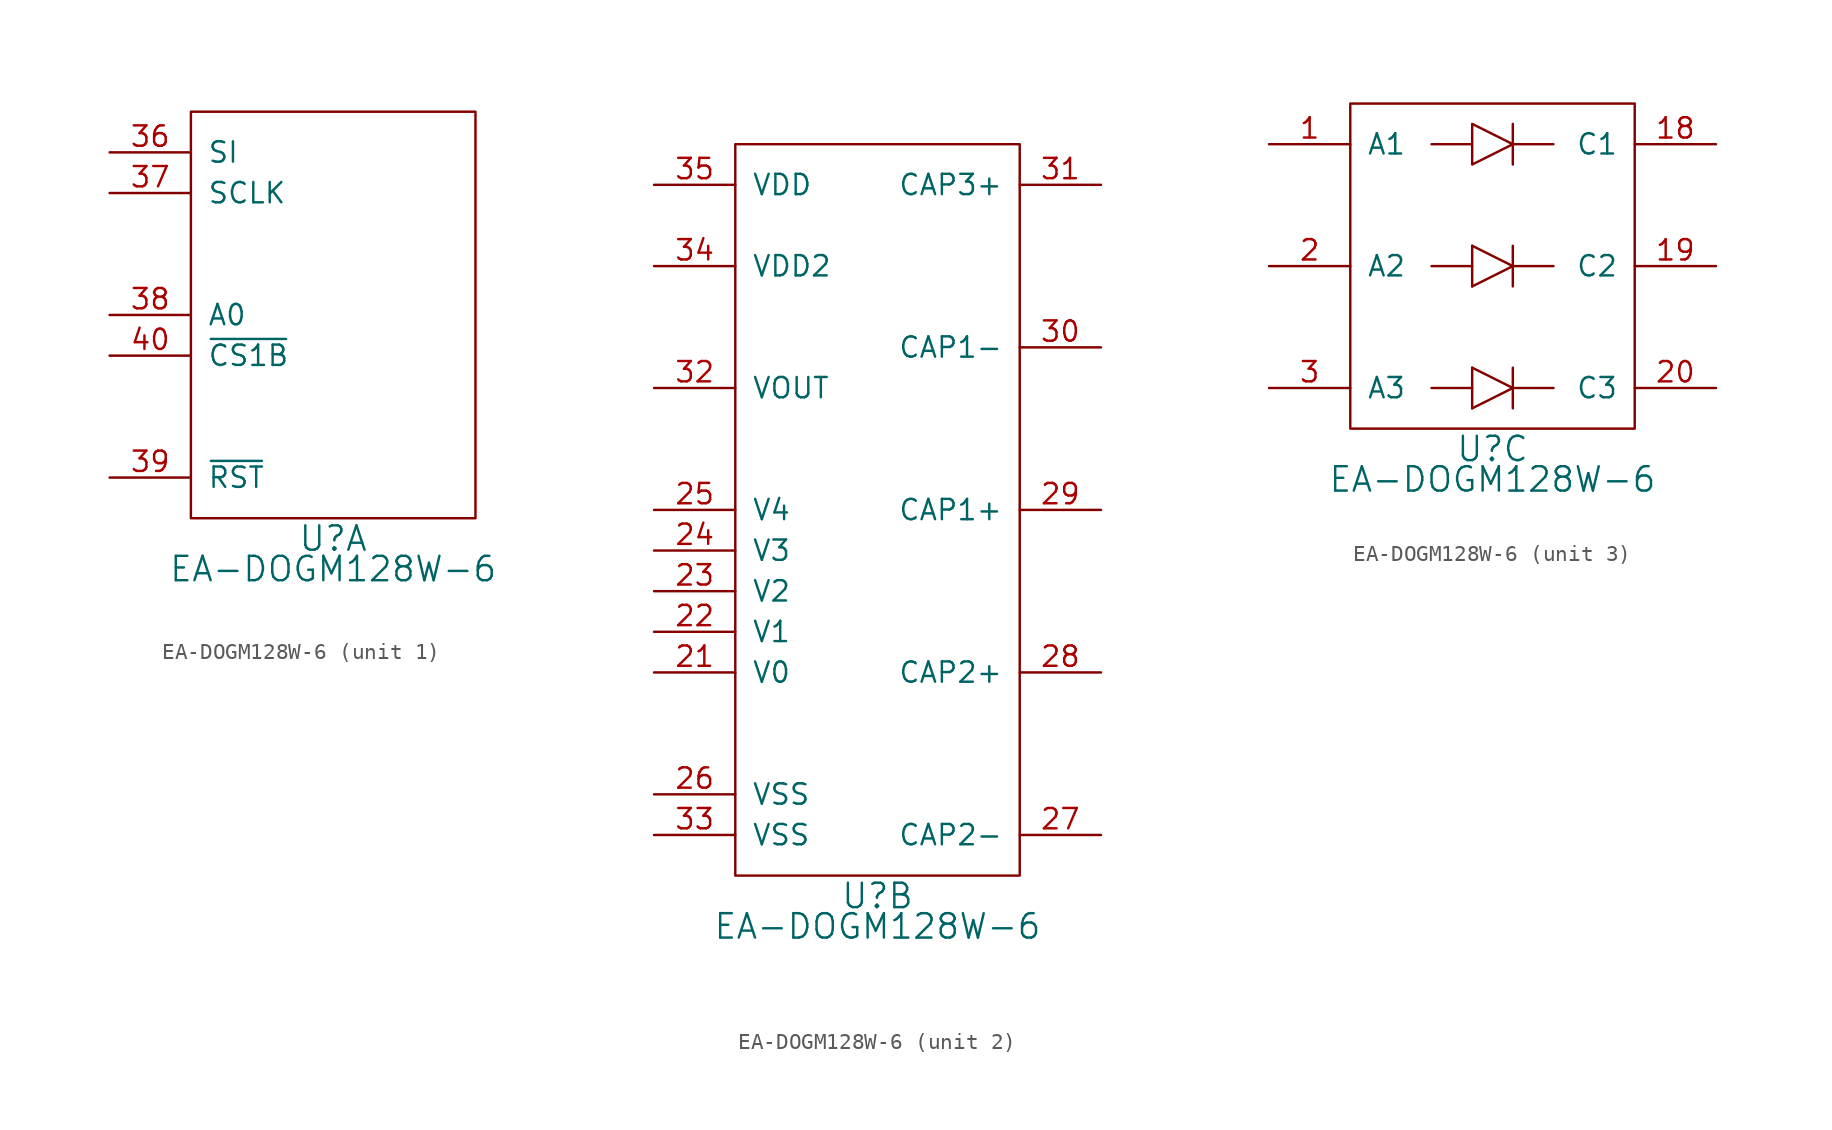
<source format=kicad_sym>
(kicad_symbol_lib
  (version 20220914)
  (generator kicad_symbol_editor)
  (symbol "EA-DOGM128W-6"
    (pin_names
      (offset 1.016))
    (property "Reference" "U"
      (at 8.89 -1.27 0)
      (effects (font (size 1.524 1.524))))
    (property "Value" "EA-DOGM128W-6"
      (at 8.89 -3.175 0)
      (effects (font (size 1.524 1.524))))
    (property "ki_locked" ""
      (at 0 0 0)
      (effects (font (size 1.27 1.27))))
    (symbol "EA-DOGM128W-6_1_1"
      (rectangle (start 0 0) (end 17.78 25.4) (stroke (width 0) (type solid)) (fill (type none)))
      (pin input line (at -5.08 22.86 0) (length 5.08) (name "SI" (effects (font (size 1.27 1.27)))) (number "36" (effects (font (size 1.27 1.27)))))
      (pin input line (at -5.08 20.32 0) (length 5.08) (name "SCLK" (effects (font (size 1.27 1.27)))) (number "37" (effects (font (size 1.27 1.27)))))
      (pin input line (at -5.08 12.7 0) (length 5.08) (name "A0" (effects (font (size 1.27 1.27)))) (number "38" (effects (font (size 1.27 1.27)))))
      (pin input line (at -5.08 2.54 0) (length 5.08) (name "~{RST}" (effects (font (size 1.27 1.27)))) (number "39" (effects (font (size 1.27 1.27)))))
      (pin input line (at -5.08 10.16 0) (length 5.08) (name "~{CS1B}" (effects (font (size 1.27 1.27)))) (number "40" (effects (font (size 1.27 1.27))))))
    (symbol "EA-DOGM128W-6_2_1"
      (rectangle (start 0 0) (end 17.78 45.72) (stroke (width 0) (type solid)) (fill (type none)))
      (pin power_out line (at -5.08 12.7 0) (length 5.08) (name "V0" (effects (font (size 1.27 1.27)))) (number "21" (effects (font (size 1.27 1.27)))))
      (pin power_out line (at -5.08 15.24 0) (length 5.08) (name "V1" (effects (font (size 1.27 1.27)))) (number "22" (effects (font (size 1.27 1.27)))))
      (pin power_out line (at -5.08 17.78 0) (length 5.08) (name "V2" (effects (font (size 1.27 1.27)))) (number "23" (effects (font (size 1.27 1.27)))))
      (pin power_out line (at -5.08 20.32 0) (length 5.08) (name "V3" (effects (font (size 1.27 1.27)))) (number "24" (effects (font (size 1.27 1.27)))))
      (pin power_out line (at -5.08 22.86 0) (length 5.08) (name "V4" (effects (font (size 1.27 1.27)))) (number "25" (effects (font (size 1.27 1.27)))))
      (pin power_in line (at -5.08 5.08 0) (length 5.08) (name "VSS" (effects (font (size 1.27 1.27)))) (number "26" (effects (font (size 1.27 1.27)))))
      (pin passive line (at 22.86 2.54 180) (length 5.08) (name "CAP2-" (effects (font (size 1.27 1.27)))) (number "27" (effects (font (size 1.27 1.27)))))
      (pin passive line (at 22.86 12.7 180) (length 5.08) (name "CAP2+" (effects (font (size 1.27 1.27)))) (number "28" (effects (font (size 1.27 1.27)))))
      (pin passive line (at 22.86 22.86 180) (length 5.08) (name "CAP1+" (effects (font (size 1.27 1.27)))) (number "29" (effects (font (size 1.27 1.27)))))
      (pin passive line (at 22.86 33.02 180) (length 5.08) (name "CAP1-" (effects (font (size 1.27 1.27)))) (number "30" (effects (font (size 1.27 1.27)))))
      (pin passive line (at 22.86 43.18 180) (length 5.08) (name "CAP3+" (effects (font (size 1.27 1.27)))) (number "31" (effects (font (size 1.27 1.27)))))
      (pin power_out line (at -5.08 30.48 0) (length 5.08) (name "VOUT" (effects (font (size 1.27 1.27)))) (number "32" (effects (font (size 1.27 1.27)))))
      (pin power_in line (at -5.08 2.54 0) (length 5.08) (name "VSS" (effects (font (size 1.27 1.27)))) (number "33" (effects (font (size 1.27 1.27)))))
      (pin power_in line (at -5.08 38.1 0) (length 5.08) (name "VDD2" (effects (font (size 1.27 1.27)))) (number "34" (effects (font (size 1.27 1.27)))))
      (pin power_out line (at -5.08 43.18 0) (length 5.08) (name "VDD" (effects (font (size 1.27 1.27)))) (number "35" (effects (font (size 1.27 1.27))))))
    (symbol "EA-DOGM128W-6_3_1"
      (polyline (pts (xy 5.08 2.54) (xy 7.62 2.54)) (stroke (width 0) (type solid)) (fill (type none)))
      (polyline (pts (xy 5.08 10.16) (xy 7.62 10.16)) (stroke (width 0) (type solid)) (fill (type none)))
      (polyline (pts (xy 7.62 3.81) (xy 7.62 1.27)) (stroke (width 0) (type solid)) (fill (type none)))
      (polyline (pts (xy 7.62 11.43) (xy 7.62 8.89)) (stroke (width 0) (type solid)) (fill (type none)))
      (polyline (pts (xy 10.16 3.81) (xy 10.16 1.27)) (stroke (width 0) (type solid)) (fill (type none)))
      (polyline (pts (xy 10.16 11.43) (xy 10.16 8.89)) (stroke (width 0) (type solid)) (fill (type none)))
      (polyline (pts (xy 10.16 19.05) (xy 10.16 16.51)) (stroke (width 0) (type solid)) (fill (type none)))
      (polyline (pts (xy 12.7 2.54) (xy 10.16 2.54)) (stroke (width 0) (type solid)) (fill (type none)))
      (polyline (pts (xy 12.7 10.16) (xy 10.16 10.16)) (stroke (width 0) (type solid)) (fill (type none)))
      (polyline (pts (xy 12.7 17.78) (xy 10.16 17.78)) (stroke (width 0) (type solid)) (fill (type none)))
      (polyline (pts (xy 7.62 3.81) (xy 10.16 2.54) (xy 7.62 1.27)) (stroke (width 0) (type solid)) (fill (type none)))
      (polyline (pts (xy 7.62 11.43) (xy 10.16 10.16) (xy 7.62 8.89)) (stroke (width 0) (type solid)) (fill (type none)))
      (polyline (pts (xy 5.08 17.78) (xy 7.62 17.78) (xy 7.62 19.05) (xy 10.16 17.78) (xy 7.62 16.51) (xy 7.62 17.78)) (stroke (width 0) (type solid)) (fill (type none)))
      (rectangle (start 0 0) (end 17.78 20.32) (stroke (width 0) (type solid)) (fill (type none)))
      (pin passive line (at -5.08 17.78 0) (length 5.08) (name "A1" (effects (font (size 1.27 1.27)))) (number "1" (effects (font (size 1.27 1.27)))))
      (pin passive line (at 22.86 17.78 180) (length 5.08) (name "C1" (effects (font (size 1.27 1.27)))) (number "18" (effects (font (size 1.27 1.27)))))
      (pin passive line (at 22.86 10.16 180) (length 5.08) (name "C2" (effects (font (size 1.27 1.27)))) (number "19" (effects (font (size 1.27 1.27)))))
      (pin passive line (at -5.08 10.16 0) (length 5.08) (name "A2" (effects (font (size 1.27 1.27)))) (number "2" (effects (font (size 1.27 1.27)))))
      (pin passive line (at 22.86 2.54 180) (length 5.08) (name "C3" (effects (font (size 1.27 1.27)))) (number "20" (effects (font (size 1.27 1.27)))))
      (pin passive line (at -5.08 2.54 0) (length 5.08) (name "A3" (effects (font (size 1.27 1.27)))) (number "3" (effects (font (size 1.27 1.27))))))))
</source>
